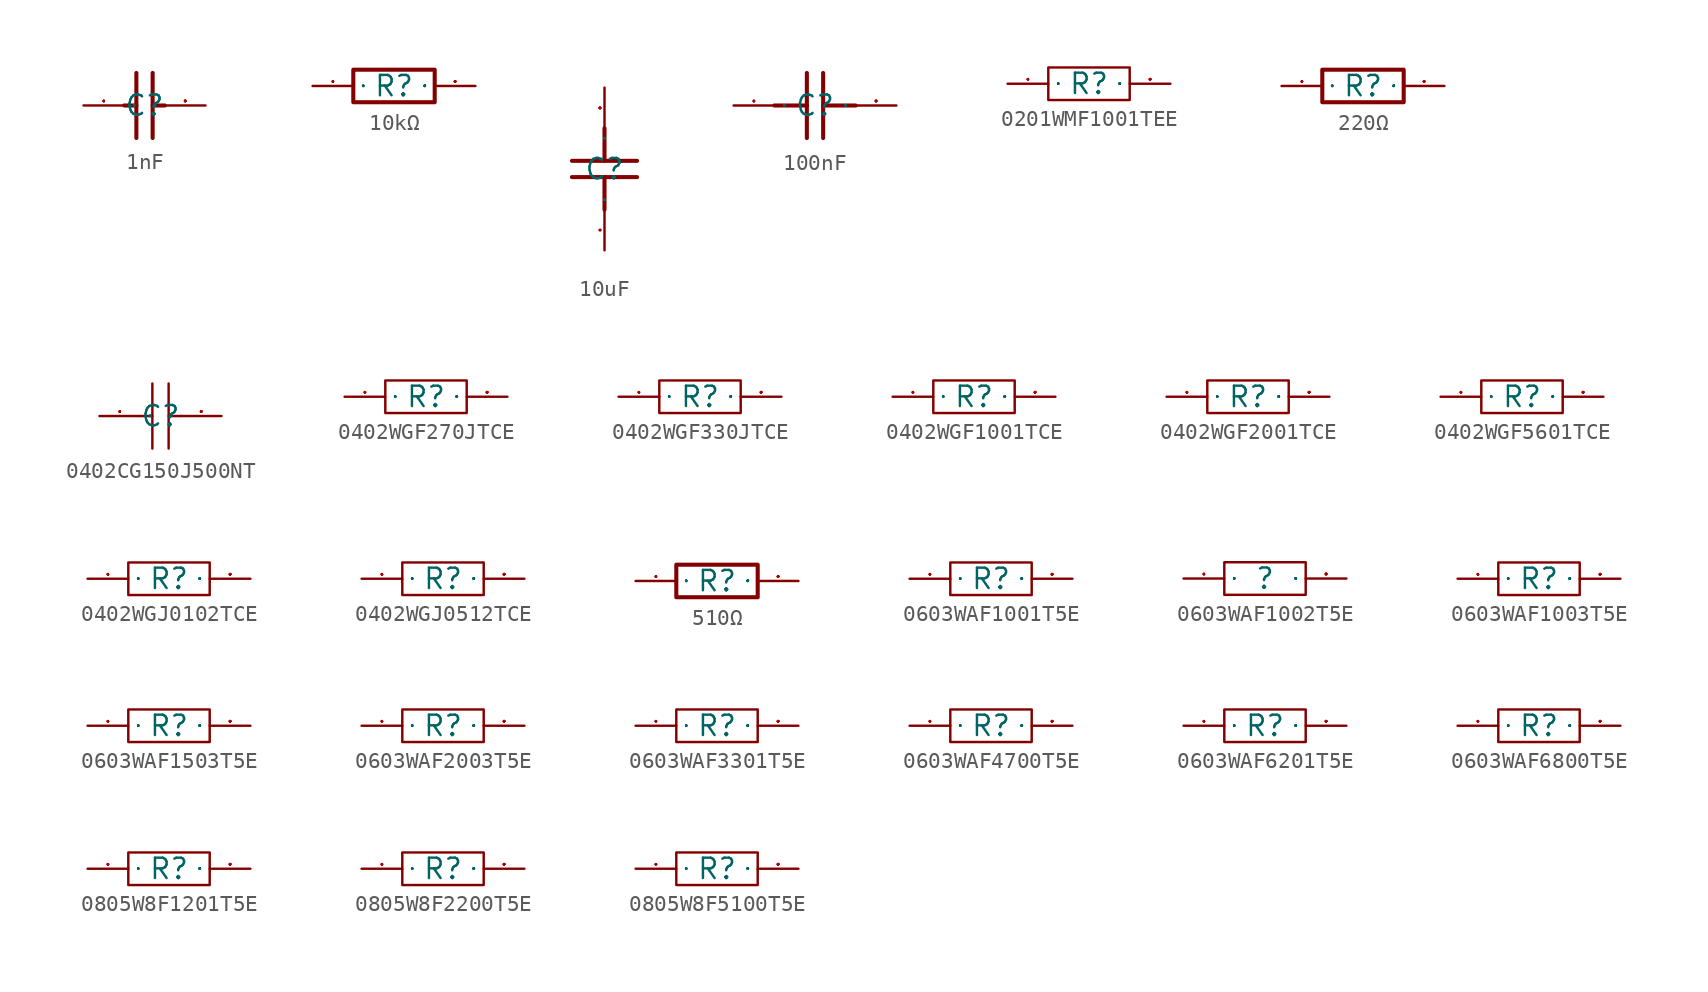
<source format=kicad_sym>
(kicad_symbol_lib
  (version 20241209)
  (generator "kicad_symbol_editor")
  (generator_version "9.0")
  (symbol "1nF"
    (property "Reference" "C"
      (at 0 0 0)
      (effects (font (size 1.27 1.27))))
    (property "Value" ""
      (at 0 0 0)
      (effects (font (size 1.27 1.27))))
    (symbol "1nF_1_0"
      (polyline (pts (xy -1.27 0) (xy -0.508 0)) (stroke (width 0.254) (type default)) (fill (type none)))
      (polyline (pts (xy -0.508 2.032) (xy -0.508 -2.032)) (stroke (width 0.254) (type default)) (fill (type none)))
      (polyline (pts (xy 0.508 2.032) (xy 0.508 -2.032)) (stroke (width 0.254) (type default)) (fill (type none)))
      (polyline (pts (xy 0.508 0) (xy 1.27 0)) (stroke (width 0.254) (type default)) (fill (type none)))
      (pin input line (at -3.81 0 0) (length 2.54) (name "1" (effects (font (size 0.025 0.025)))) (number "1" (effects (font (size 0.025 0.025)))))
      (pin input line (at 3.81 0 180) (length 2.54) (name "2" (effects (font (size 0.025 0.025)))) (number "2" (effects (font (size 0.025 0.025)))))))
  (symbol "10kΩ"
    (property "Reference" "R"
      (at 0 0 0)
      (effects (font (size 1.27 1.27))))
    (property "Value" ""
      (at 0 0 0)
      (effects (font (size 1.27 1.27))))
    (symbol "10kΩ_1_0"
      (rectangle (start 2.54 1.016) (end -2.54 -1.016) (stroke (width 0.254) (type default)) (fill (type none)))
      (pin input line (at -5.08 0 0) (length 2.54) (name "1" (effects (font (size 0.025 0.025)))) (number "1" (effects (font (size 0.025 0.025)))))
      (pin input line (at 5.08 0 180) (length 2.54) (name "2" (effects (font (size 0.025 0.025)))) (number "2" (effects (font (size 0.025 0.025)))))))
  (symbol "10uF"
    (property "Reference" "C"
      (at 0 0 0)
      (effects (font (size 1.27 1.27))))
    (property "Value" ""
      (at 0 0 0)
      (effects (font (size 1.27 1.27))))
    (symbol "10uF_1_0"
      (polyline (pts (xy -2.032 0.508) (xy 2.032 0.508)) (stroke (width 0.254) (type default)) (fill (type none)))
      (polyline (pts (xy 0 2.54) (xy 0 0.508)) (stroke (width 0.254) (type default)) (fill (type none)))
      (polyline (pts (xy 0 -0.508) (xy 0 -2.54)) (stroke (width 0.254) (type default)) (fill (type none)))
      (polyline (pts (xy 2.032 -0.508) (xy -2.032 -0.508)) (stroke (width 0.254) (type default)) (fill (type none)))
      (pin unspecified line (at 0 5.08 270) (length 2.54) (name "2" (effects (font (size 0.025 0.025)))) (number "2" (effects (font (size 0.025 0.025)))))
      (pin unspecified line (at 0 -5.08 90) (length 2.54) (name "1" (effects (font (size 0.025 0.025)))) (number "1" (effects (font (size 0.025 0.025)))))))
  (symbol "100nF"
    (property "Reference" "C"
      (at 0 0 0)
      (effects (font (size 1.27 1.27))))
    (property "Value" ""
      (at 0 0 0)
      (effects (font (size 1.27 1.27))))
    (symbol "100nF_1_0"
      (polyline (pts (xy -0.508 0) (xy -2.54 0)) (stroke (width 0.254) (type default)) (fill (type none)))
      (polyline (pts (xy -0.508 -2.032) (xy -0.508 2.032)) (stroke (width 0.254) (type default)) (fill (type none)))
      (polyline (pts (xy 0.508 2.032) (xy 0.508 -2.032)) (stroke (width 0.254) (type default)) (fill (type none)))
      (polyline (pts (xy 2.54 0) (xy 0.508 0)) (stroke (width 0.254) (type default)) (fill (type none)))
      (pin unspecified line (at -5.08 0 0) (length 2.54) (name "1" (effects (font (size 0.025 0.025)))) (number "1" (effects (font (size 0.025 0.025)))))
      (pin unspecified line (at 5.08 0 180) (length 2.54) (name "2" (effects (font (size 0.025 0.025)))) (number "2" (effects (font (size 0.025 0.025)))))))
  (symbol "0201WMF1001TEE"
    (property "Reference" "R"
      (at 0 0 0)
      (effects (font (size 1.27 1.27))))
    (symbol "0201WMF1001TEE_1_0"
      (rectangle (start -2.54 -1.016) (end 2.54 1.016) (stroke (width 0) (type default)) (fill (type none)))
      (pin unspecified line (at -5.08 0 0) (length 2.54) (name "1" (effects (font (size 0.025 0.025)))) (number "1" (effects (font (size 0.025 0.025)))))
      (pin unspecified line (at 5.08 0 180) (length 2.54) (name "2" (effects (font (size 0.025 0.025)))) (number "2" (effects (font (size 0.025 0.025)))))))
  (symbol "220Ω"
    (property "Reference" "R"
      (at 0 0 0)
      (effects (font (size 1.27 1.27))))
    (property "Value" ""
      (at 0 0 0)
      (effects (font (size 1.27 1.27))))
    (symbol "220Ω_1_0"
      (rectangle (start -2.54 1.016) (end 2.54 -1.016) (stroke (width 0.254) (type default)) (fill (type none)))
      (pin input line (at -5.08 0 0) (length 2.54) (name "1" (effects (font (size 0.025 0.025)))) (number "1" (effects (font (size 0.025 0.025)))))
      (pin input line (at 5.08 0 180) (length 2.54) (name "2" (effects (font (size 0.025 0.025)))) (number "2" (effects (font (size 0.025 0.025)))))))
  (symbol "0402CG150J500NT"
    (property "Reference" "C"
      (at 0 0 0)
      (effects (font (size 1.27 1.27))))
    (symbol "0402CG150J500NT_1_0"
      (polyline (pts (xy -1.27 0) (xy -0.508 0)) (stroke (width 0) (type default)) (fill (type none)))
      (polyline (pts (xy -0.508 2.032) (xy -0.508 -2.032)) (stroke (width 0) (type default)) (fill (type none)))
      (polyline (pts (xy 0.508 2.032) (xy 0.508 -2.032)) (stroke (width 0) (type default)) (fill (type none)))
      (polyline (pts (xy 0.508 0) (xy 1.27 0)) (stroke (width 0) (type default)) (fill (type none)))
      (pin input line (at -3.81 0 0) (length 2.54) (name "1" (effects (font (size 0.025 0.025)))) (number "1" (effects (font (size 0.025 0.025)))))
      (pin input line (at 3.81 0 180) (length 2.54) (name "2" (effects (font (size 0.025 0.025)))) (number "2" (effects (font (size 0.025 0.025)))))))
  (symbol "0402WGF270JTCE"
    (property "Reference" "R"
      (at 0 0 0)
      (effects (font (size 1.27 1.27))))
    (property "Value" ""
      (at 0 0 0)
      (effects (font (size 1.27 1.27))))
    (symbol "0402WGF270JTCE_1_0"
      (rectangle (start -2.54 -1.016) (end 2.54 1.016) (stroke (width 0) (type default)) (fill (type none)))
      (pin input line (at -5.08 0 0) (length 2.54) (name "1" (effects (font (size 0.025 0.025)))) (number "1" (effects (font (size 0.025 0.025)))))
      (pin input line (at 5.08 0 180) (length 2.54) (name "2" (effects (font (size 0.025 0.025)))) (number "2" (effects (font (size 0.025 0.025)))))))
  (symbol "0402WGF330JTCE"
    (property "Reference" "R"
      (at 0 0 0)
      (effects (font (size 1.27 1.27))))
    (symbol "0402WGF330JTCE_1_0"
      (rectangle (start -2.54 -1.016) (end 2.54 1.016) (stroke (width 0) (type default)) (fill (type none)))
      (pin input line (at -5.08 0 0) (length 2.54) (name "1" (effects (font (size 0.025 0.025)))) (number "1" (effects (font (size 0.025 0.025)))))
      (pin input line (at 5.08 0 180) (length 2.54) (name "2" (effects (font (size 0.025 0.025)))) (number "2" (effects (font (size 0.025 0.025)))))))
  (symbol "0402WGF1001TCE"
    (property "Reference" "R"
      (at 0 0 0)
      (effects (font (size 1.27 1.27))))
    (property "Value" ""
      (at 0 0 0)
      (effects (font (size 1.27 1.27))))
    (symbol "0402WGF1001TCE_1_0"
      (rectangle (start -2.54 -1.016) (end 2.54 1.016) (stroke (width 0) (type default)) (fill (type none)))
      (pin input line (at -5.08 0 0) (length 2.54) (name "1" (effects (font (size 0.025 0.025)))) (number "1" (effects (font (size 0.025 0.025)))))
      (pin input line (at 5.08 0 180) (length 2.54) (name "2" (effects (font (size 0.025 0.025)))) (number "2" (effects (font (size 0.025 0.025)))))))
  (symbol "0402WGF2001TCE"
    (property "Reference" "R"
      (at 0 0 0)
      (effects (font (size 1.27 1.27))))
    (symbol "0402WGF2001TCE_1_0"
      (rectangle (start -2.54 -1.016) (end 2.54 1.016) (stroke (width 0) (type default)) (fill (type none)))
      (pin input line (at -5.08 0 0) (length 2.54) (name "1" (effects (font (size 0.025 0.025)))) (number "1" (effects (font (size 0.025 0.025)))))
      (pin input line (at 5.08 0 180) (length 2.54) (name "2" (effects (font (size 0.025 0.025)))) (number "2" (effects (font (size 0.025 0.025)))))))
  (symbol "0402WGF5601TCE"
    (property "Reference" "R"
      (at 0 0 0)
      (effects (font (size 1.27 1.27))))
    (symbol "0402WGF5601TCE_1_0"
      (rectangle (start -2.54 -1.016) (end 2.54 1.016) (stroke (width 0) (type default)) (fill (type none)))
      (pin input line (at -5.08 0 0) (length 2.54) (name "1" (effects (font (size 0.025 0.025)))) (number "1" (effects (font (size 0.025 0.025)))))
      (pin input line (at 5.08 0 180) (length 2.54) (name "2" (effects (font (size 0.025 0.025)))) (number "2" (effects (font (size 0.025 0.025)))))))
  (symbol "0402WGJ0102TCE"
    (property "Reference" "R"
      (at 0 0 0)
      (effects (font (size 1.27 1.27))))
    (symbol "0402WGJ0102TCE_1_0"
      (rectangle (start -2.54 -1.016) (end 2.54 1.016) (stroke (width 0) (type default)) (fill (type none)))
      (pin input line (at -5.08 0 0) (length 2.54) (name "1" (effects (font (size 0.025 0.025)))) (number "1" (effects (font (size 0.025 0.025)))))
      (pin input line (at 5.08 0 180) (length 2.54) (name "2" (effects (font (size 0.025 0.025)))) (number "2" (effects (font (size 0.025 0.025)))))))
  (symbol "0402WGJ0512TCE"
    (property "Reference" "R"
      (at 0 0 0)
      (effects (font (size 1.27 1.27))))
    (property "Value" ""
      (at 0 0 0)
      (effects (font (size 1.27 1.27))))
    (symbol "0402WGJ0512TCE_1_0"
      (rectangle (start -2.54 -1.016) (end 2.54 1.016) (stroke (width 0) (type default)) (fill (type none)))
      (pin input line (at -5.08 0 0) (length 2.54) (name "1" (effects (font (size 0.025 0.025)))) (number "1" (effects (font (size 0.025 0.025)))))
      (pin input line (at 5.08 0 180) (length 2.54) (name "2" (effects (font (size 0.025 0.025)))) (number "2" (effects (font (size 0.025 0.025)))))))
  (symbol "510Ω"
    (property "Reference" "R"
      (at 0 0 0)
      (effects (font (size 1.27 1.27))))
    (property "Value" ""
      (at 0 0 0)
      (effects (font (size 1.27 1.27))))
    (symbol "510Ω_1_0"
      (rectangle (start -2.54 1.016) (end 2.54 -1.016) (stroke (width 0.254) (type default)) (fill (type none)))
      (pin unspecified line (at -5.08 0 0) (length 2.54) (name "1" (effects (font (size 0.025 0.025)))) (number "1" (effects (font (size 0.025 0.025)))))
      (pin unspecified line (at 5.08 0 180) (length 2.54) (name "2" (effects (font (size 0.025 0.025)))) (number "2" (effects (font (size 0.025 0.025)))))))
  (symbol "0603WAF1001T5E"
    (property "Reference" "R"
      (at 0 0 0)
      (effects (font (size 1.27 1.27))))
    (symbol "0603WAF1001T5E_1_0"
      (rectangle (start -2.54 -1.016) (end 2.54 1.016) (stroke (width 0) (type default)) (fill (type none)))
      (pin input line (at -5.08 0 0) (length 2.54) (name "1" (effects (font (size 0.025 0.025)))) (number "1" (effects (font (size 0.025 0.025)))))
      (pin input line (at 5.08 0 180) (length 2.54) (name "2" (effects (font (size 0.025 0.025)))) (number "2" (effects (font (size 0.025 0.025)))))))
  (symbol "0603WAF1002T5E"
    (property "Reference" ""
      (at 0 0 0)
      (effects (font (size 1.27 1.27))))
    (symbol "0603WAF1002T5E_1_0"
      (rectangle (start -2.54 -1.016) (end 2.54 1.016) (stroke (width 0) (type default)) (fill (type none)))
      (pin input line (at -5.08 0 0) (length 2.54) (name "1" (effects (font (size 0.025 0.025)))) (number "1" (effects (font (size 0.025 0.025)))))
      (pin input line (at 5.08 0 180) (length 2.54) (name "2" (effects (font (size 0.025 0.025)))) (number "2" (effects (font (size 0.025 0.025)))))))
  (symbol "0603WAF1003T5E"
    (property "Reference" "R"
      (at 0 0 0)
      (effects (font (size 1.27 1.27))))
    (symbol "0603WAF1003T5E_1_0"
      (rectangle (start -2.54 -1.016) (end 2.54 1.016) (stroke (width 0) (type default)) (fill (type none)))
      (pin input line (at -5.08 0 0) (length 2.54) (name "1" (effects (font (size 0.025 0.025)))) (number "1" (effects (font (size 0.025 0.025)))))
      (pin input line (at 5.08 0 180) (length 2.54) (name "2" (effects (font (size 0.025 0.025)))) (number "2" (effects (font (size 0.025 0.025)))))))
  (symbol "0603WAF1503T5E"
    (property "Reference" "R"
      (at 0 0 0)
      (effects (font (size 1.27 1.27))))
    (symbol "0603WAF1503T5E_1_0"
      (rectangle (start -2.54 -1.016) (end 2.54 1.016) (stroke (width 0) (type default)) (fill (type none)))
      (pin input line (at -5.08 0 0) (length 2.54) (name "1" (effects (font (size 0.025 0.025)))) (number "1" (effects (font (size 0.025 0.025)))))
      (pin input line (at 5.08 0 180) (length 2.54) (name "2" (effects (font (size 0.025 0.025)))) (number "2" (effects (font (size 0.025 0.025)))))))
  (symbol "0603WAF2003T5E"
    (property "Reference" "R"
      (at 0 0 0)
      (effects (font (size 1.27 1.27))))
    (symbol "0603WAF2003T5E_1_0"
      (rectangle (start -2.54 -1.016) (end 2.54 1.016) (stroke (width 0) (type default)) (fill (type none)))
      (pin input line (at -5.08 0 0) (length 2.54) (name "1" (effects (font (size 0.025 0.025)))) (number "1" (effects (font (size 0.025 0.025)))))
      (pin input line (at 5.08 0 180) (length 2.54) (name "2" (effects (font (size 0.025 0.025)))) (number "2" (effects (font (size 0.025 0.025)))))))
  (symbol "0603WAF3301T5E"
    (property "Reference" "R"
      (at 0 0 0)
      (effects (font (size 1.27 1.27))))
    (symbol "0603WAF3301T5E_1_0"
      (rectangle (start -2.54 -1.016) (end 2.54 1.016) (stroke (width 0) (type default)) (fill (type none)))
      (pin input line (at -5.08 0 0) (length 2.54) (name "1" (effects (font (size 0.025 0.025)))) (number "1" (effects (font (size 0.025 0.025)))))
      (pin input line (at 5.08 0 180) (length 2.54) (name "2" (effects (font (size 0.025 0.025)))) (number "2" (effects (font (size 0.025 0.025)))))))
  (symbol "0603WAF4700T5E"
    (property "Reference" "R"
      (at 0 0 0)
      (effects (font (size 1.27 1.27))))
    (symbol "0603WAF4700T5E_1_0"
      (rectangle (start -2.54 -1.016) (end 2.54 1.016) (stroke (width 0) (type default)) (fill (type none)))
      (pin input line (at -5.08 0 0) (length 2.54) (name "1" (effects (font (size 0.025 0.025)))) (number "1" (effects (font (size 0.025 0.025)))))
      (pin input line (at 5.08 0 180) (length 2.54) (name "2" (effects (font (size 0.025 0.025)))) (number "2" (effects (font (size 0.025 0.025)))))))
  (symbol "0603WAF6201T5E"
    (property "Reference" "R"
      (at 0 0 0)
      (effects (font (size 1.27 1.27))))
    (symbol "0603WAF6201T5E_1_0"
      (rectangle (start -2.54 -1.016) (end 2.54 1.016) (stroke (width 0) (type default)) (fill (type none)))
      (pin input line (at -5.08 0 0) (length 2.54) (name "1" (effects (font (size 0.025 0.025)))) (number "1" (effects (font (size 0.025 0.025)))))
      (pin input line (at 5.08 0 180) (length 2.54) (name "2" (effects (font (size 0.025 0.025)))) (number "2" (effects (font (size 0.025 0.025)))))))
  (symbol "0603WAF6800T5E"
    (property "Reference" "R"
      (at 0 0 0)
      (effects (font (size 1.27 1.27))))
    (symbol "0603WAF6800T5E_1_0"
      (rectangle (start -2.54 -1.016) (end 2.54 1.016) (stroke (width 0) (type default)) (fill (type none)))
      (pin input line (at -5.08 0 0) (length 2.54) (name "1" (effects (font (size 0.025 0.025)))) (number "1" (effects (font (size 0.025 0.025)))))
      (pin input line (at 5.08 0 180) (length 2.54) (name "2" (effects (font (size 0.025 0.025)))) (number "2" (effects (font (size 0.025 0.025)))))))
  (symbol "0805W8F1201T5E"
    (property "Reference" "R"
      (at 0 0 0)
      (effects (font (size 1.27 1.27))))
    (symbol "0805W8F1201T5E_1_0"
      (rectangle (start -2.54 -1.016) (end 2.54 1.016) (stroke (width 0) (type default)) (fill (type none)))
      (pin input line (at -5.08 0 0) (length 2.54) (name "1" (effects (font (size 0.025 0.025)))) (number "1" (effects (font (size 0.025 0.025)))))
      (pin input line (at 5.08 0 180) (length 2.54) (name "2" (effects (font (size 0.025 0.025)))) (number "2" (effects (font (size 0.025 0.025)))))))
  (symbol "0805W8F2200T5E"
    (property "Reference" "R"
      (at 0 0 0)
      (effects (font (size 1.27 1.27))))
    (symbol "0805W8F2200T5E_1_0"
      (rectangle (start -2.54 -1.016) (end 2.54 1.016) (stroke (width 0) (type default)) (fill (type none)))
      (pin input line (at -5.08 0 0) (length 2.54) (name "1" (effects (font (size 0.025 0.025)))) (number "1" (effects (font (size 0.025 0.025)))))
      (pin input line (at 5.08 0 180) (length 2.54) (name "2" (effects (font (size 0.025 0.025)))) (number "2" (effects (font (size 0.025 0.025)))))))
  (symbol "0805W8F5100T5E"
    (property "Reference" "R"
      (at 0 0 0)
      (effects (font (size 1.27 1.27))))
    (symbol "0805W8F5100T5E_1_0"
      (rectangle (start -2.54 -1.016) (end 2.54 1.016) (stroke (width 0) (type default)) (fill (type none)))
      (pin input line (at -5.08 0 0) (length 2.54) (name "1" (effects (font (size 0.025 0.025)))) (number "1" (effects (font (size 0.025 0.025)))))
      (pin input line (at 5.08 0 180) (length 2.54) (name "2" (effects (font (size 0.025 0.025)))) (number "2" (effects (font (size 0.025 0.025))))))))
</source>
